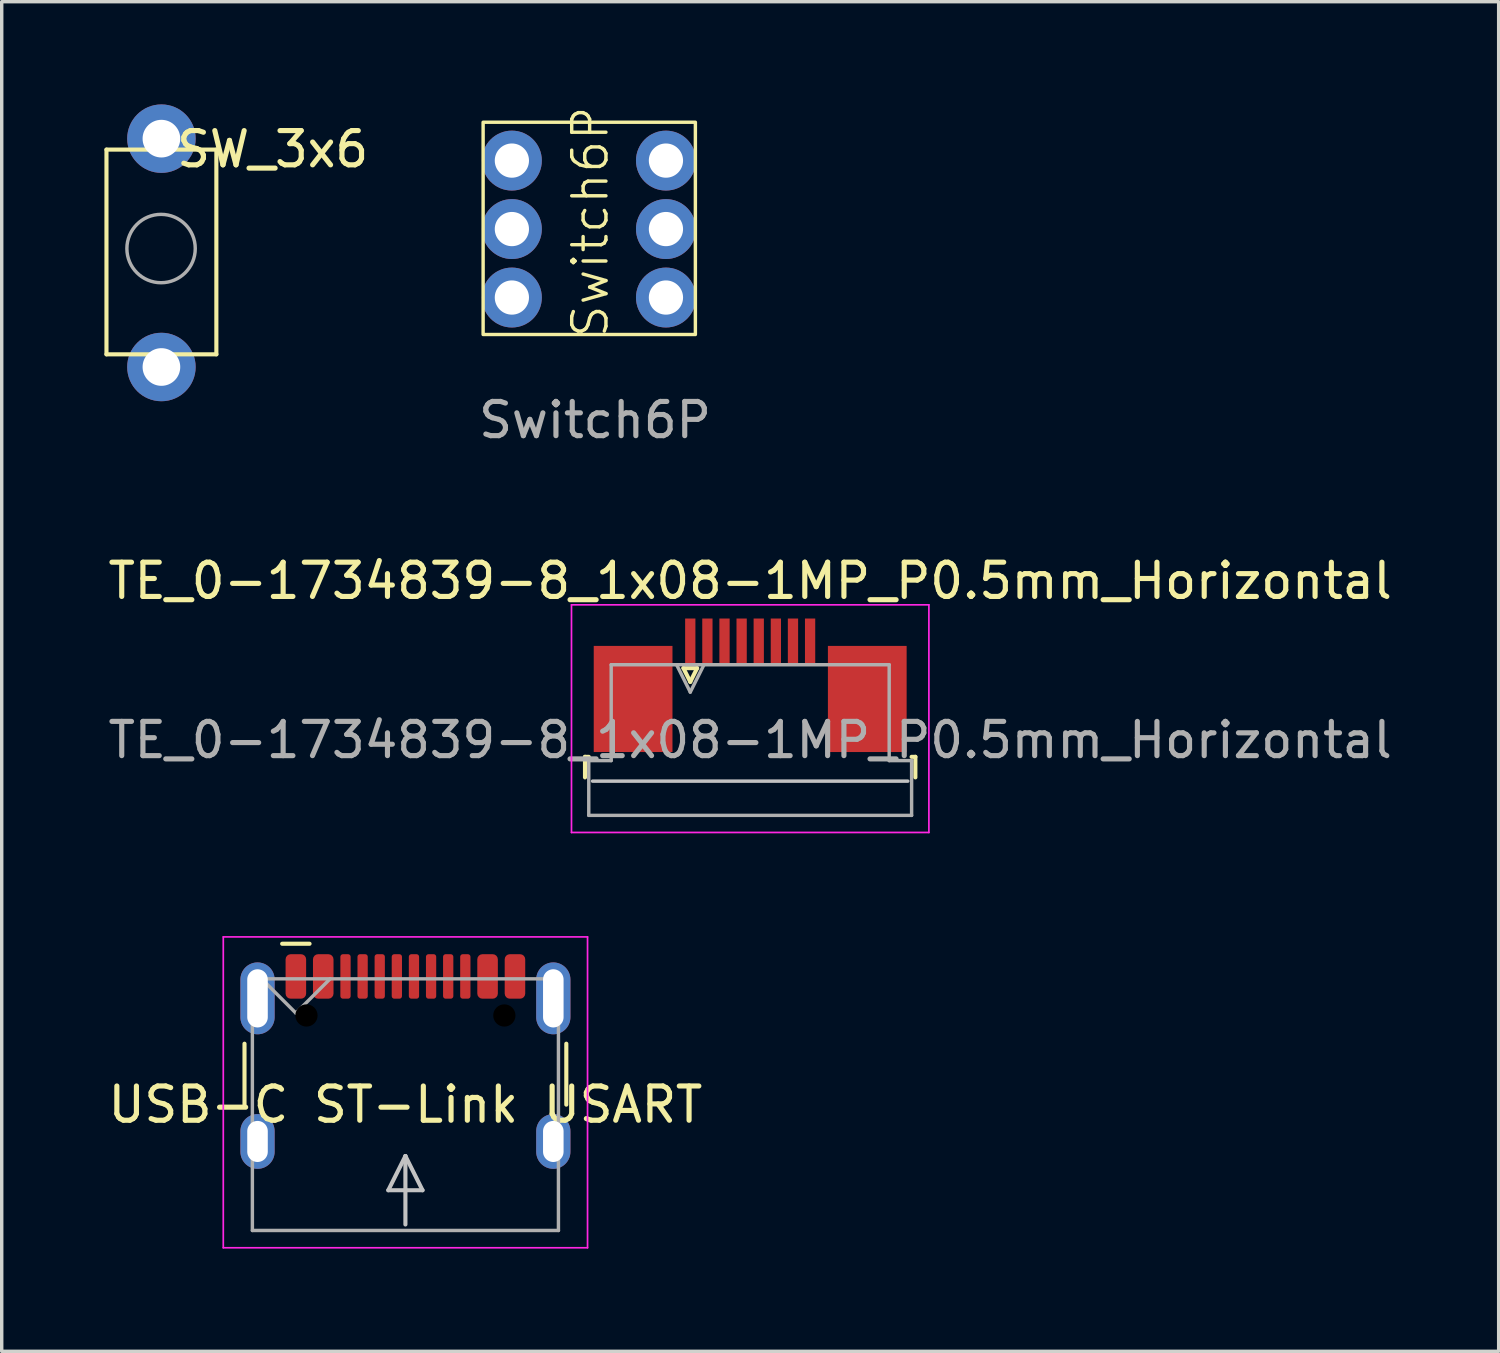
<source format=kicad_pcb>
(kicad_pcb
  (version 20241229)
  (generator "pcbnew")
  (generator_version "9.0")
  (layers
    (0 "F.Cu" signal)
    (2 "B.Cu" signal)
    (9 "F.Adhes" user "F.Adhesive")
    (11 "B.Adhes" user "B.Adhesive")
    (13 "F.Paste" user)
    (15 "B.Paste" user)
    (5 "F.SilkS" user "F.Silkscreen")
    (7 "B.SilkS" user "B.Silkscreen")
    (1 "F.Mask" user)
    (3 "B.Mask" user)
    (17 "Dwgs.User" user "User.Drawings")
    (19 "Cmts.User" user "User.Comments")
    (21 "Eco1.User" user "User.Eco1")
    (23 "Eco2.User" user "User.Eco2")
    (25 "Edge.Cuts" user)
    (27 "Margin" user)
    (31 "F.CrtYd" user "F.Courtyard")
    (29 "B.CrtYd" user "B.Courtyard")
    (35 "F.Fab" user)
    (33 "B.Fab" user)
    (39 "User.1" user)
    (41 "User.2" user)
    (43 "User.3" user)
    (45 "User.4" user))
  (footprint "TE_0-1734839-8_1x08-1MP_P0.5mm_Horizontal"
    (layer "F.Cu")
    (at 18.863 17.017)
    (property "Reference" "TE_0-1734839-8_1x08-1MP_P0.5mm_Horizontal" (at 0 -3.1 0) (layer "F.SilkS") (effects (font (size 1 1) (thickness 0.15))))
    (attr smd)
    (fp_line (start -4.825 2.04) (end -4.825 2.64) (stroke (width 0.12) (type solid)) (layer "F.SilkS"))
    (fp_line (start -4.715 2.04) (end -4.825 2.04) (stroke (width 0.12) (type solid)) (layer "F.SilkS"))
    (fp_line (start -1.95 -0.55) (end -1.75 -0.15) (stroke (width 0.12) (type solid)) (layer "F.SilkS"))
    (fp_line (start -1.75 -0.15) (end -1.55 -0.55) (stroke (width 0.12) (type solid)) (layer "F.SilkS"))
    (fp_line (start -1.55 -0.55) (end -1.95 -0.55) (stroke (width 0.12) (type solid)) (layer "F.SilkS"))
    (fp_line (start 4.715 2.04) (end 4.825 2.04) (stroke (width 0.12) (type solid)) (layer "F.SilkS"))
    (fp_line (start 4.825 2.04) (end 4.825 2.64) (stroke (width 0.12) (type solid)) (layer "F.SilkS"))
    (fp_line (start 4.605 2.75) (end -4.605 2.75) (stroke (width 0.1) (type solid)) (layer "Dwgs.User"))
    (fp_line (start -5.22 -2.4) (end -5.22 4.25) (stroke (width 0.05) (type solid)) (layer "F.CrtYd"))
    (fp_line (start -5.22 4.25) (end 5.22 4.25) (stroke (width 0.05) (type solid)) (layer "F.CrtYd"))
    (fp_line (start 5.22 -2.4) (end -5.22 -2.4) (stroke (width 0.05) (type solid)) (layer "F.CrtYd"))
    (fp_line (start 5.22 4.25) (end 5.22 -2.4) (stroke (width 0.05) (type solid)) (layer "F.CrtYd"))
    (fp_line (start -4.715 2.15) (end -4.06 2.15) (stroke (width 0.1) (type solid)) (layer "F.Fab"))
    (fp_line (start -4.715 3.75) (end -4.715 2.15) (stroke (width 0.1) (type solid)) (layer "F.Fab"))
    (fp_line (start -4.06 -0.65) (end 4.06 -0.65) (stroke (width 0.1) (type solid)) (layer "F.Fab"))
    (fp_line (start -4.06 2.15) (end -4.06 -0.65) (stroke (width 0.1) (type solid)) (layer "F.Fab"))
    (fp_line (start -2.15 -0.65) (end -1.75 0.15) (stroke (width 0.1) (type solid)) (layer "F.Fab"))
    (fp_line (start -1.75 0.15) (end -1.35 -0.65) (stroke (width 0.1) (type solid)) (layer "F.Fab"))
    (fp_line (start 4.06 -0.65) (end 4.06 2.15) (stroke (width 0.1) (type solid)) (layer "F.Fab"))
    (fp_line (start 4.06 2.15) (end 4.715 2.15) (stroke (width 0.1) (type solid)) (layer "F.Fab"))
    (fp_line (start 4.715 2.15) (end 4.715 3.75) (stroke (width 0.1) (type solid)) (layer "F.Fab"))
    (fp_line (start 4.715 3.75) (end -4.715 3.75) (stroke (width 0.1) (type solid)) (layer "F.Fab"))
    (fp_text user "${REFERENCE}" (at 0 1.55 0) (layer "F.Fab") (effects (font (size 1 1) (thickness 0.15))))
    (pad "1" smd rect (at -1.75 -1.35) (size 0.3 1.3) (layers "F.Cu" "F.Mask" "F.Paste"))
    (pad "2" smd rect (at -1.25 -1.35) (size 0.3 1.3) (layers "F.Cu" "F.Mask" "F.Paste"))
    (pad "3" smd rect (at -0.75 -1.35) (size 0.3 1.3) (layers "F.Cu" "F.Mask" "F.Paste"))
    (pad "4" smd rect (at -0.25 -1.35) (size 0.3 1.3) (layers "F.Cu" "F.Mask" "F.Paste"))
    (pad "5" smd rect (at 0.25 -1.35) (size 0.3 1.3) (layers "F.Cu" "F.Mask" "F.Paste"))
    (pad "6" smd rect (at 0.75 -1.35) (size 0.3 1.3) (layers "F.Cu" "F.Mask" "F.Paste"))
    (pad "7" smd rect (at 1.25 -1.35) (size 0.3 1.3) (layers "F.Cu" "F.Mask" "F.Paste"))
    (pad "8" smd rect (at 1.75 -1.35) (size 0.3 1.3) (layers "F.Cu" "F.Mask" "F.Paste"))
    (pad "MP" smd rect (at -3.42 0.35) (size 2.3 3.1) (layers "F.Cu" "F.Mask" "F.Paste"))
    (pad "MP" smd rect (at 3.42 0.35) (size 2.3 3.1) (layers "F.Cu" "F.Mask" "F.Paste")))
  (footprint "Switch6P"
    (layer "F.Cu")
    (at 11.302 0.741)
    (property "Reference" "Switch6P" (at 2.89 2.69 90) (unlocked yes) (layer "F.SilkS") (effects (font (size 1 1) (thickness 0.1))))
    (attr through_hole)
    (fp_rect (start -0.24 -0.22) (end 5.96 5.98) (stroke (width 0.1) (type default)) (fill no) (layer "F.SilkS"))
    (fp_text user "${REFERENCE}" (at 3.03 8.48 0) (unlocked yes) (layer "F.Fab") (effects (font (size 1 1) (thickness 0.15))))
    (pad "1" thru_hole circle (at 0.6 0.9) (size 1.75 1.75) (drill 1) (layers "*.Cu" "*.Mask"))
    (pad "2" thru_hole circle (at 0.6 2.9) (size 1.75 1.75) (drill 1) (layers "*.Cu" "*.Mask"))
    (pad "3" thru_hole circle (at 0.6 4.9) (size 1.75 1.75) (drill 1) (layers "*.Cu" "*.Mask"))
    (pad "4" thru_hole circle (at 5.1 0.9) (size 1.75 1.75) (drill 1) (layers "*.Cu" "*.Mask"))
    (pad "5" thru_hole circle (at 5.1 2.9) (size 1.75 1.75) (drill 1) (layers "*.Cu" "*.Mask"))
    (pad "6" thru_hole circle (at 5.1 4.9) (size 1.75 1.75) (drill 1) (layers "*.Cu" "*.Mask")))
  (footprint "SW_3x6"
    (layer "F.Cu")
    (at 1.665 3.31)
    (property "Reference" "SW_3x6" (at 3.25 -2 0) (layer "F.SilkS") (effects (font (size 1 1) (thickness 0.15))))
    (attr through_hole)
    (fp_line (start -1.605 -1.99) (end -1.605 3.99) (stroke (width 0.12) (type solid)) (layer "F.SilkS"))
    (fp_line (start -1.605 3.99) (end 1.605 3.99) (stroke (width 0.12) (type solid)) (layer "F.SilkS"))
    (fp_line (start 1.605 -1.99) (end -1.605 -1.99) (stroke (width 0.12) (type solid)) (layer "F.SilkS"))
    (fp_line (start 1.605 -1.99) (end 1.605 3.99) (stroke (width 0.12) (type solid)) (layer "F.SilkS"))
    (fp_circle (center -0.01 0.9) (end -1 1.03) (stroke (width 0.1) (type solid)) (fill no) (layer "F.Fab"))
    (pad "1" thru_hole circle (at 0 -2.31 90) (size 2 2) (drill 1.1) (layers "*.Cu" "*.Mask"))
    (pad "2" thru_hole circle (at 0 4.36 90) (size 2 2) (drill 1.1) (layers "*.Cu" "*.Mask")))
  (footprint "USB-C ST-Link USART"
    (layer "F.Cu")
    (at 8.792 29.217)
    (property "Reference" "USB-C ST-Link USART" (at 0 0 0) (layer "F.SilkS") (effects (font (size 1 1) (thickness 0.15))))
    (attr smd)
    (fp_line (start -4.7 -1.78) (end -4.7 0) (stroke (width 0.12) (type solid)) (layer "F.SilkS"))
    (fp_line (start -2.8 -4.7) (end -3.6 -4.7) (stroke (width 0.12) (type default)) (layer "F.SilkS"))
    (fp_line (start 4.7 -1.78) (end 4.7 0) (stroke (width 0.12) (type solid)) (layer "F.SilkS"))
    (fp_line (start -0.5 2.5) (end 0 1.5) (stroke (width 0.12) (type default)) (layer "Dwgs.User"))
    (fp_line (start 0 1.5) (end 0.5 2.5) (stroke (width 0.12) (type default)) (layer "Dwgs.User"))
    (fp_line (start 0 3.5) (end 0 1.5) (stroke (width 0.12) (type default)) (layer "Dwgs.User"))
    (fp_line (start 0.5 2.5) (end -0.5 2.5) (stroke (width 0.12) (type default)) (layer "Dwgs.User"))
    (fp_line (start -5.32 -4.9) (end -5.32 4.18) (stroke (width 0.05) (type solid)) (layer "F.CrtYd"))
    (fp_line (start -5.32 -4.9) (end 5.32 -4.9) (stroke (width 0.05) (type solid)) (layer "F.CrtYd"))
    (fp_line (start -5.32 4.18) (end 5.32 4.18) (stroke (width 0.05) (type solid)) (layer "F.CrtYd"))
    (fp_line (start 5.32 -4.9) (end 5.32 4.18) (stroke (width 0.05) (type solid)) (layer "F.CrtYd"))
    (fp_line (start -4.47 -3.675) (end -4.47 3.675) (stroke (width 0.1) (type solid)) (layer "F.Fab"))
    (fp_line (start -4.47 -3.675) (end 4.47 -3.675) (stroke (width 0.1) (type solid)) (layer "F.Fab"))
    (fp_line (start -4.47 3.675) (end 4.47 3.675) (stroke (width 0.1) (type solid)) (layer "F.Fab"))
    (fp_line (start -3.2 -2.675) (end -4.2 -3.675) (stroke (width 0.1) (type default)) (layer "F.Fab"))
    (fp_line (start -3.2 -2.675) (end -2.2 -3.675) (stroke (width 0.1) (type default)) (layer "F.Fab"))
    (fp_line (start 4.47 -3.675) (end 4.47 3.675) (stroke (width 0.1) (type solid)) (layer "F.Fab"))
    (pad "" np_thru_hole circle (at -2.89 -2.605) (size 0.65 0.65) (drill 0.65) (layers "*.Mask"))
    (pad "" np_thru_hole circle (at 2.89 -2.605) (size 0.65 0.65) (drill 0.65) (layers "*.Mask"))
    (pad "1" smd roundrect (at -3.2 -3.745) (size 0.6 1.3) (layers "F.Cu" "F.Mask" "F.Paste") (roundrect_rratio 0.25))
    (pad "2" smd roundrect (at -2.4 -3.745) (size 0.6 1.3) (layers "F.Cu" "F.Mask" "F.Paste") (roundrect_rratio 0.25))
    (pad "3" smd roundrect (at -1.75 -3.745) (size 0.3 1.3) (layers "F.Cu" "F.Mask" "F.Paste") (roundrect_rratio 0.25))
    (pad "4" smd roundrect (at -1.25 -3.745) (size 0.3 1.3) (layers "F.Cu" "F.Mask" "F.Paste") (roundrect_rratio 0.25))
    (pad "5" smd roundrect (at -0.75 -3.745) (size 0.3 1.3) (layers "F.Cu" "F.Mask" "F.Paste") (roundrect_rratio 0.25))
    (pad "6" smd roundrect (at -0.25 -3.745) (size 0.3 1.3) (layers "F.Cu" "F.Mask" "F.Paste") (roundrect_rratio 0.25))
    (pad "7" smd roundrect (at 0.25 -3.745) (size 0.3 1.3) (layers "F.Cu" "F.Mask" "F.Paste") (roundrect_rratio 0.25))
    (pad "8" smd roundrect (at 0.75 -3.745) (size 0.3 1.3) (layers "F.Cu" "F.Mask" "F.Paste") (roundrect_rratio 0.25))
    (pad "9" smd roundrect (at 1.25 -3.745) (size 0.3 1.3) (layers "F.Cu" "F.Mask" "F.Paste") (roundrect_rratio 0.25))
    (pad "10" smd roundrect (at 1.75 -3.745) (size 0.3 1.3) (layers "F.Cu" "F.Mask" "F.Paste") (roundrect_rratio 0.25))
    (pad "11" smd roundrect (at 2.4 -3.745) (size 0.6 1.3) (layers "F.Cu" "F.Mask" "F.Paste") (roundrect_rratio 0.25))
    (pad "12" smd roundrect (at 3.2 -3.745) (size 0.6 1.3) (layers "F.Cu" "F.Mask" "F.Paste") (roundrect_rratio 0.25))
    (pad "13" thru_hole oval (at -4.32 -3.105) (size 1 2.1) (drill oval 0.6 1.7) (layers "*.Cu" "*.Mask"))
    (pad "13" thru_hole oval (at -4.32 1.075) (size 1 1.6) (drill oval 0.6 1.2) (layers "*.Cu" "*.Mask"))
    (pad "13" thru_hole oval (at 4.32 -3.105) (size 1 2.1) (drill oval 0.6 1.7) (layers "*.Cu" "*.Mask"))
    (pad "13" thru_hole oval (at 4.32 1.075) (size 1 1.6) (drill oval 0.6 1.2) (layers "*.Cu" "*.Mask")))
  (gr_rect
    (start -3 -3)
    (end 40.726 36.422)
    (stroke (width 0.1) (type default))
    (fill no)
    (layer "Edge.Cuts")))
</source>
